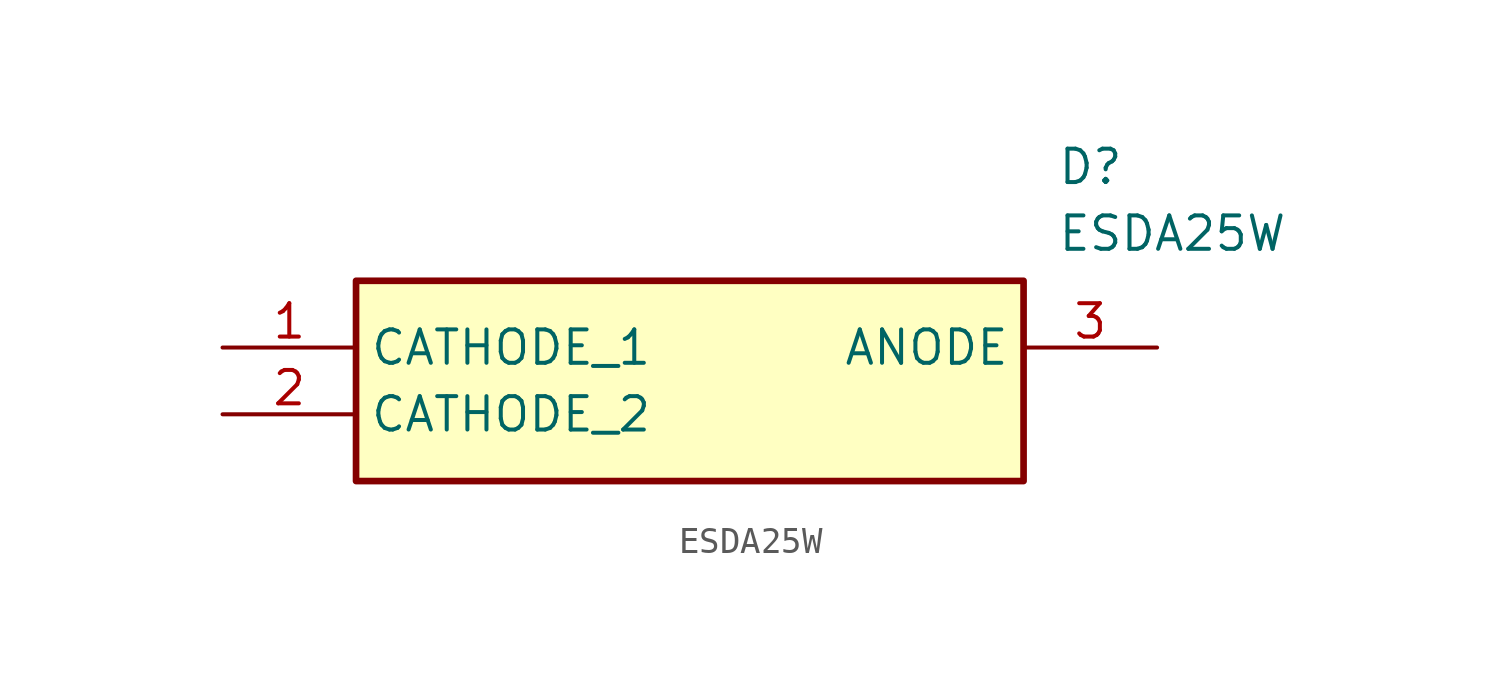
<source format=kicad_sym>
(kicad_symbol_lib
  (version 20211014)
  (generator SamacSys_ECAD_Model)
  (symbol "ESDA25W"
    (property "Reference" "D"
      (at 31.75 7.62 0)
      (effects (font (size 1.27 1.27)) (justify left top)))
    (property "Value" "ESDA25W"
      (at 31.75 5.08 0)
      (effects (font (size 1.27 1.27)) (justify left top)))
    (rectangle
      (start 5.08 2.54)
      (end 30.48 -5.08)
      (stroke (width 0.254) (type default))
      (fill (type background)))
    (pin passive line
      (at 0 0 0)
      (length 5.08)
      (name "CATHODE_1" (effects (font (size 1.27 1.27))))
      (number "1" (effects (font (size 1.27 1.27)))))
    (pin passive line
      (at 0 -2.54 0)
      (length 5.08)
      (name "CATHODE_2" (effects (font (size 1.27 1.27))))
      (number "2" (effects (font (size 1.27 1.27)))))
    (pin passive line
      (at 35.56 0 180)
      (length 5.08)
      (name "ANODE" (effects (font (size 1.27 1.27))))
      (number "3" (effects (font (size 1.27 1.27)))))))
</source>
